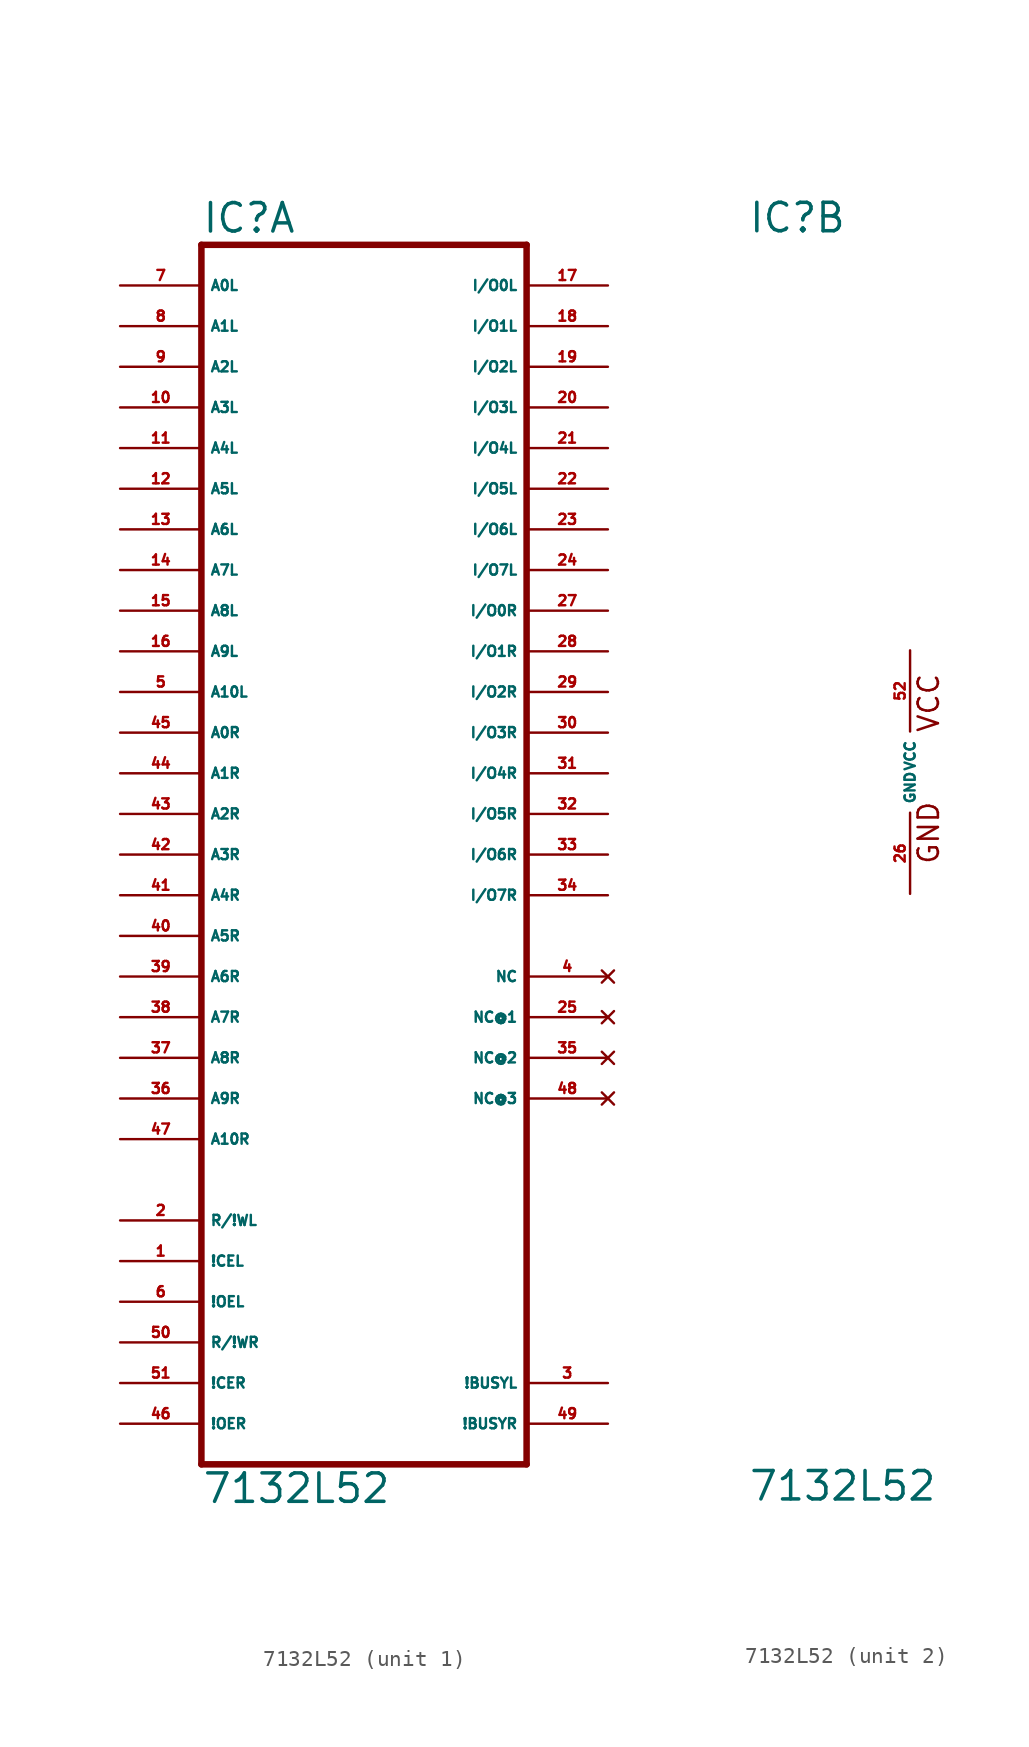
<source format=kicad_sym>
(kicad_symbol_lib
  (version 20220914)
  (generator Eagle2Kicad)
  (symbol "7132L52"
    (property "Reference" "IC"
      (at -10.16 33.655 0)
      (effects (font (size 1.778 1.778) (thickness 0.22)) (justify left bottom)))
    (property "Value" "7132L52"
      (at -10.16 -45.72 0)
      (effects (font (size 1.778 1.778) (thickness 0.22)) (justify left bottom)))
    (symbol "7132L52_1_0"
      (polyline (pts (xy -10.16 -43.18) (xy 10.16 -43.18)) (stroke (width 0.406) (type default)) (fill (type none)))
      (polyline (pts (xy 10.16 -43.18) (xy 10.16 33.02)) (stroke (width 0.406) (type default)) (fill (type none)))
      (polyline (pts (xy 10.16 33.02) (xy -10.16 33.02)) (stroke (width 0.406) (type default)) (fill (type none)))
      (polyline (pts (xy -10.16 33.02) (xy -10.16 -43.18)) (stroke (width 0.406) (type default)) (fill (type none)))
      (pin input line (at -15.24 30.48 0) (length 5.08) (name "A0L" (effects (font (size 0.635 0.635) (thickness 0.08)) (justify left bottom))) (number "7" (effects (font (size 0.635 0.635) (thickness 0.08)) (justify left bottom))))
      (pin input line (at -15.24 27.94 0) (length 5.08) (name "A1L" (effects (font (size 0.635 0.635) (thickness 0.08)) (justify left bottom))) (number "8" (effects (font (size 0.635 0.635) (thickness 0.08)) (justify left bottom))))
      (pin input line (at -15.24 25.4 0) (length 5.08) (name "A2L" (effects (font (size 0.635 0.635) (thickness 0.08)) (justify left bottom))) (number "9" (effects (font (size 0.635 0.635) (thickness 0.08)) (justify left bottom))))
      (pin input line (at -15.24 22.86 0) (length 5.08) (name "A3L" (effects (font (size 0.635 0.635) (thickness 0.08)) (justify left bottom))) (number "10" (effects (font (size 0.635 0.635) (thickness 0.08)) (justify left bottom))))
      (pin input line (at -15.24 20.32 0) (length 5.08) (name "A4L" (effects (font (size 0.635 0.635) (thickness 0.08)) (justify left bottom))) (number "11" (effects (font (size 0.635 0.635) (thickness 0.08)) (justify left bottom))))
      (pin input line (at -15.24 17.78 0) (length 5.08) (name "A5L" (effects (font (size 0.635 0.635) (thickness 0.08)) (justify left bottom))) (number "12" (effects (font (size 0.635 0.635) (thickness 0.08)) (justify left bottom))))
      (pin input line (at -15.24 15.24 0) (length 5.08) (name "A6L" (effects (font (size 0.635 0.635) (thickness 0.08)) (justify left bottom))) (number "13" (effects (font (size 0.635 0.635) (thickness 0.08)) (justify left bottom))))
      (pin input line (at -15.24 12.7 0) (length 5.08) (name "A7L" (effects (font (size 0.635 0.635) (thickness 0.08)) (justify left bottom))) (number "14" (effects (font (size 0.635 0.635) (thickness 0.08)) (justify left bottom))))
      (pin input line (at -15.24 10.16 0) (length 5.08) (name "A8L" (effects (font (size 0.635 0.635) (thickness 0.08)) (justify left bottom))) (number "15" (effects (font (size 0.635 0.635) (thickness 0.08)) (justify left bottom))))
      (pin input line (at -15.24 7.62 0) (length 5.08) (name "A9L" (effects (font (size 0.635 0.635) (thickness 0.08)) (justify left bottom))) (number "16" (effects (font (size 0.635 0.635) (thickness 0.08)) (justify left bottom))))
      (pin input line (at -15.24 2.54 0) (length 5.08) (name "A0R" (effects (font (size 0.635 0.635) (thickness 0.08)) (justify left bottom))) (number "45" (effects (font (size 0.635 0.635) (thickness 0.08)) (justify left bottom))))
      (pin input line (at -15.24 0 0) (length 5.08) (name "A1R" (effects (font (size 0.635 0.635) (thickness 0.08)) (justify left bottom))) (number "44" (effects (font (size 0.635 0.635) (thickness 0.08)) (justify left bottom))))
      (pin input line (at -15.24 -2.54 0) (length 5.08) (name "A2R" (effects (font (size 0.635 0.635) (thickness 0.08)) (justify left bottom))) (number "43" (effects (font (size 0.635 0.635) (thickness 0.08)) (justify left bottom))))
      (pin input line (at -15.24 -5.08 0) (length 5.08) (name "A3R" (effects (font (size 0.635 0.635) (thickness 0.08)) (justify left bottom))) (number "42" (effects (font (size 0.635 0.635) (thickness 0.08)) (justify left bottom))))
      (pin input line (at -15.24 -7.62 0) (length 5.08) (name "A4R" (effects (font (size 0.635 0.635) (thickness 0.08)) (justify left bottom))) (number "41" (effects (font (size 0.635 0.635) (thickness 0.08)) (justify left bottom))))
      (pin input line (at -15.24 -10.16 0) (length 5.08) (name "A5R" (effects (font (size 0.635 0.635) (thickness 0.08)) (justify left bottom))) (number "40" (effects (font (size 0.635 0.635) (thickness 0.08)) (justify left bottom))))
      (pin input line (at -15.24 -12.7 0) (length 5.08) (name "A6R" (effects (font (size 0.635 0.635) (thickness 0.08)) (justify left bottom))) (number "39" (effects (font (size 0.635 0.635) (thickness 0.08)) (justify left bottom))))
      (pin input line (at -15.24 -15.24 0) (length 5.08) (name "A7R" (effects (font (size 0.635 0.635) (thickness 0.08)) (justify left bottom))) (number "38" (effects (font (size 0.635 0.635) (thickness 0.08)) (justify left bottom))))
      (pin input line (at -15.24 -17.78 0) (length 5.08) (name "A8R" (effects (font (size 0.635 0.635) (thickness 0.08)) (justify left bottom))) (number "37" (effects (font (size 0.635 0.635) (thickness 0.08)) (justify left bottom))))
      (pin input line (at -15.24 -20.32 0) (length 5.08) (name "A9R" (effects (font (size 0.635 0.635) (thickness 0.08)) (justify left bottom))) (number "36" (effects (font (size 0.635 0.635) (thickness 0.08)) (justify left bottom))))
      (pin bidirectional line (at 15.24 30.48 180) (length 5.08) (name "I/O0L" (effects (font (size 0.635 0.635) (thickness 0.08)) (justify left bottom))) (number "17" (effects (font (size 0.635 0.635) (thickness 0.08)) (justify left bottom))))
      (pin bidirectional line (at 15.24 27.94 180) (length 5.08) (name "I/O1L" (effects (font (size 0.635 0.635) (thickness 0.08)) (justify left bottom))) (number "18" (effects (font (size 0.635 0.635) (thickness 0.08)) (justify left bottom))))
      (pin bidirectional line (at 15.24 25.4 180) (length 5.08) (name "I/O2L" (effects (font (size 0.635 0.635) (thickness 0.08)) (justify left bottom))) (number "19" (effects (font (size 0.635 0.635) (thickness 0.08)) (justify left bottom))))
      (pin bidirectional line (at 15.24 22.86 180) (length 5.08) (name "I/O3L" (effects (font (size 0.635 0.635) (thickness 0.08)) (justify left bottom))) (number "20" (effects (font (size 0.635 0.635) (thickness 0.08)) (justify left bottom))))
      (pin bidirectional line (at 15.24 20.32 180) (length 5.08) (name "I/O4L" (effects (font (size 0.635 0.635) (thickness 0.08)) (justify left bottom))) (number "21" (effects (font (size 0.635 0.635) (thickness 0.08)) (justify left bottom))))
      (pin bidirectional line (at 15.24 17.78 180) (length 5.08) (name "I/O5L" (effects (font (size 0.635 0.635) (thickness 0.08)) (justify left bottom))) (number "22" (effects (font (size 0.635 0.635) (thickness 0.08)) (justify left bottom))))
      (pin bidirectional line (at 15.24 15.24 180) (length 5.08) (name "I/O6L" (effects (font (size 0.635 0.635) (thickness 0.08)) (justify left bottom))) (number "23" (effects (font (size 0.635 0.635) (thickness 0.08)) (justify left bottom))))
      (pin bidirectional line (at 15.24 12.7 180) (length 5.08) (name "I/O7L" (effects (font (size 0.635 0.635) (thickness 0.08)) (justify left bottom))) (number "24" (effects (font (size 0.635 0.635) (thickness 0.08)) (justify left bottom))))
      (pin bidirectional line (at 15.24 10.16 180) (length 5.08) (name "I/O0R" (effects (font (size 0.635 0.635) (thickness 0.08)) (justify left bottom))) (number "27" (effects (font (size 0.635 0.635) (thickness 0.08)) (justify left bottom))))
      (pin bidirectional line (at 15.24 7.62 180) (length 5.08) (name "I/O1R" (effects (font (size 0.635 0.635) (thickness 0.08)) (justify left bottom))) (number "28" (effects (font (size 0.635 0.635) (thickness 0.08)) (justify left bottom))))
      (pin bidirectional line (at 15.24 5.08 180) (length 5.08) (name "I/O2R" (effects (font (size 0.635 0.635) (thickness 0.08)) (justify left bottom))) (number "29" (effects (font (size 0.635 0.635) (thickness 0.08)) (justify left bottom))))
      (pin bidirectional line (at 15.24 2.54 180) (length 5.08) (name "I/O3R" (effects (font (size 0.635 0.635) (thickness 0.08)) (justify left bottom))) (number "30" (effects (font (size 0.635 0.635) (thickness 0.08)) (justify left bottom))))
      (pin bidirectional line (at 15.24 0 180) (length 5.08) (name "I/O4R" (effects (font (size 0.635 0.635) (thickness 0.08)) (justify left bottom))) (number "31" (effects (font (size 0.635 0.635) (thickness 0.08)) (justify left bottom))))
      (pin bidirectional line (at 15.24 -2.54 180) (length 5.08) (name "I/O5R" (effects (font (size 0.635 0.635) (thickness 0.08)) (justify left bottom))) (number "32" (effects (font (size 0.635 0.635) (thickness 0.08)) (justify left bottom))))
      (pin bidirectional line (at 15.24 -5.08 180) (length 5.08) (name "I/O6R" (effects (font (size 0.635 0.635) (thickness 0.08)) (justify left bottom))) (number "33" (effects (font (size 0.635 0.635) (thickness 0.08)) (justify left bottom))))
      (pin bidirectional line (at 15.24 -7.62 180) (length 5.08) (name "I/O7R" (effects (font (size 0.635 0.635) (thickness 0.08)) (justify left bottom))) (number "34" (effects (font (size 0.635 0.635) (thickness 0.08)) (justify left bottom))))
      (pin input line (at -15.24 -27.94 0) (length 5.08) (name "R/!WL" (effects (font (size 0.635 0.635) (thickness 0.08)) (justify left bottom))) (number "2" (effects (font (size 0.635 0.635) (thickness 0.08)) (justify left bottom))))
      (pin input line (at -15.24 -30.48 0) (length 5.08) (name "!CEL" (effects (font (size 0.635 0.635) (thickness 0.08)) (justify left bottom))) (number "1" (effects (font (size 0.635 0.635) (thickness 0.08)) (justify left bottom))))
      (pin input line (at -15.24 -33.02 0) (length 5.08) (name "!OEL" (effects (font (size 0.635 0.635) (thickness 0.08)) (justify left bottom))) (number "6" (effects (font (size 0.635 0.635) (thickness 0.08)) (justify left bottom))))
      (pin input line (at -15.24 -35.56 0) (length 5.08) (name "R/!WR" (effects (font (size 0.635 0.635) (thickness 0.08)) (justify left bottom))) (number "50" (effects (font (size 0.635 0.635) (thickness 0.08)) (justify left bottom))))
      (pin input line (at -15.24 -38.1 0) (length 5.08) (name "!CER" (effects (font (size 0.635 0.635) (thickness 0.08)) (justify left bottom))) (number "51" (effects (font (size 0.635 0.635) (thickness 0.08)) (justify left bottom))))
      (pin input line (at -15.24 -40.64 0) (length 5.08) (name "!OER" (effects (font (size 0.635 0.635) (thickness 0.08)) (justify left bottom))) (number "46" (effects (font (size 0.635 0.635) (thickness 0.08)) (justify left bottom))))
      (pin bidirectional line (at 15.24 -38.1 180) (length 5.08) (name "!BUSYL" (effects (font (size 0.635 0.635) (thickness 0.08)) (justify left bottom))) (number "3" (effects (font (size 0.635 0.635) (thickness 0.08)) (justify left bottom))))
      (pin bidirectional line (at 15.24 -40.64 180) (length 5.08) (name "!BUSYR" (effects (font (size 0.635 0.635) (thickness 0.08)) (justify left bottom))) (number "49" (effects (font (size 0.635 0.635) (thickness 0.08)) (justify left bottom))))
      (pin input line (at -15.24 5.08 0) (length 5.08) (name "A10L" (effects (font (size 0.635 0.635) (thickness 0.08)) (justify left bottom))) (number "5" (effects (font (size 0.635 0.635) (thickness 0.08)) (justify left bottom))))
      (pin input line (at -15.24 -22.86 0) (length 5.08) (name "A10R" (effects (font (size 0.635 0.635) (thickness 0.08)) (justify left bottom))) (number "47" (effects (font (size 0.635 0.635) (thickness 0.08)) (justify left bottom))))
      (pin no_connect line (at 15.24 -12.7 180) (length 5.08) (name "NC" (effects (font (size 0.635 0.635) (thickness 0.08)) (justify left bottom) hide)) (number "4" (effects (font (size 0.635 0.635) (thickness 0.08)) (justify left bottom) hide)))
      (pin no_connect line (at 15.24 -15.24 180) (length 5.08) (name "NC@1" (effects (font (size 0.635 0.635) (thickness 0.08)) (justify left bottom) hide)) (number "25" (effects (font (size 0.635 0.635) (thickness 0.08)) (justify left bottom) hide)))
      (pin no_connect line (at 15.24 -17.78 180) (length 5.08) (name "NC@2" (effects (font (size 0.635 0.635) (thickness 0.08)) (justify left bottom) hide)) (number "35" (effects (font (size 0.635 0.635) (thickness 0.08)) (justify left bottom) hide)))
      (pin no_connect line (at 15.24 -20.32 180) (length 5.08) (name "NC@3" (effects (font (size 0.635 0.635) (thickness 0.08)) (justify left bottom) hide)) (number "48" (effects (font (size 0.635 0.635) (thickness 0.08)) (justify left bottom) hide))))
    (symbol "7132L52_2_0"
      (text "GND" (at 1.905 -5.842 900) (effects (font (size 1.27 1.27) (thickness 0.16)) (justify left bottom)))
      (text "VCC" (at 1.905 2.413 900) (effects (font (size 1.27 1.27) (thickness 0.16)) (justify left bottom)))
      (pin unspecified line (at 0 7.62 270) (length 5.08) (name "VCC" (effects (font (size 0.635 0.635) (thickness 0.08)) (justify left bottom))) (number "52" (effects (font (size 0.635 0.635) (thickness 0.08)) (justify left bottom))))
      (pin unspecified line (at 0 -7.62 90) (length 5.08) (name "GND" (effects (font (size 0.635 0.635) (thickness 0.08)) (justify left bottom))) (number "26" (effects (font (size 0.635 0.635) (thickness 0.08)) (justify left bottom)))))))
</source>
